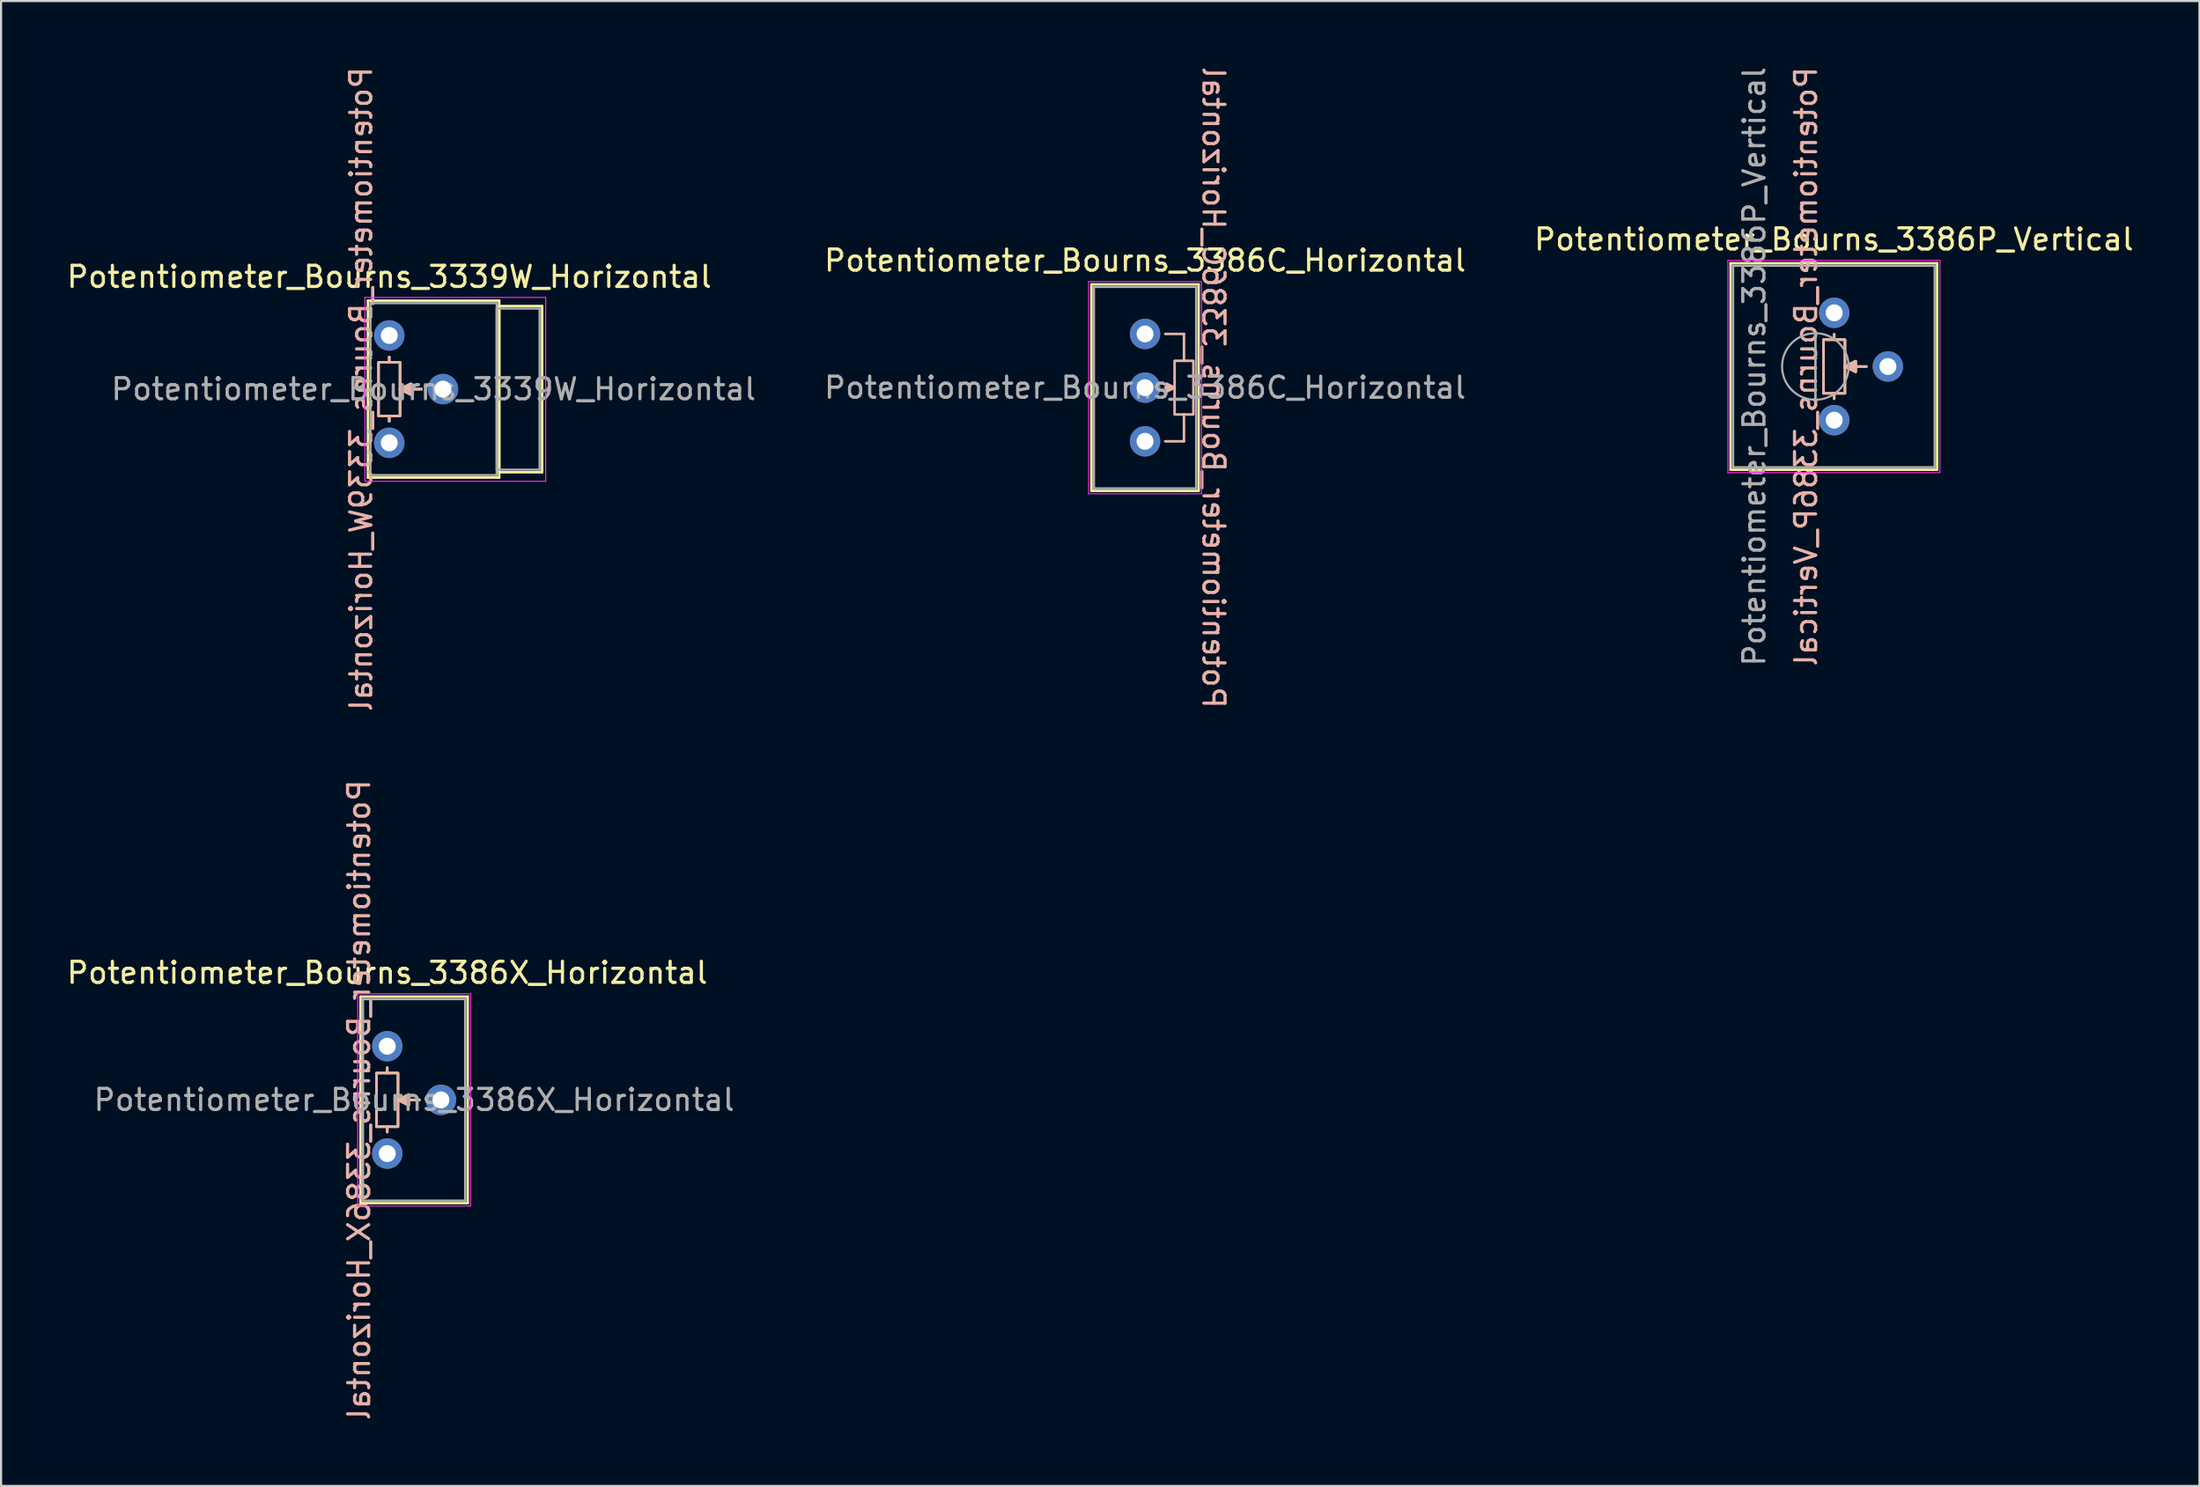
<source format=kicad_pcb>
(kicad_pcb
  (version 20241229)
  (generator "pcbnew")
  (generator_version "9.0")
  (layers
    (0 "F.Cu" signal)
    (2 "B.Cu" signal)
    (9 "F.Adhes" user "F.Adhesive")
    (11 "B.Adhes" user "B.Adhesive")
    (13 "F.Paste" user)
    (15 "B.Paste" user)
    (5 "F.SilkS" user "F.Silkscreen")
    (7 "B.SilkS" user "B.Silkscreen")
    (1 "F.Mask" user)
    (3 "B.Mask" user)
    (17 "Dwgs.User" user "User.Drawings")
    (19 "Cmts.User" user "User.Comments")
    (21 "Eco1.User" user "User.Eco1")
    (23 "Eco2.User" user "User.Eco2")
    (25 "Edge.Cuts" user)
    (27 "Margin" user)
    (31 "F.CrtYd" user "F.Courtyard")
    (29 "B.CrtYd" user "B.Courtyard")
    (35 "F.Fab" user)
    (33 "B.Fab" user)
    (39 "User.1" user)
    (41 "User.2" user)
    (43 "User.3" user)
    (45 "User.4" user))
  (footprint "Potentiometer_Bourns_3386P_Vertical"
    (layer "F.Cu")
    (at 83.711 16.832)
    (property "Reference" "Potentiometer_Bourns_3386P_Vertical" (at -0.015 -8.555 0) (layer "F.SilkS") (effects (font (size 1 1) (thickness 0.15))))
    (attr through_hole)
    (fp_line (start -4.9 -7.425) (end -4.9 2.345) (stroke (width 0.12) (type solid)) (layer "F.SilkS"))
    (fp_line (start -4.9 -7.425) (end 4.87 -7.425) (stroke (width 0.12) (type solid)) (layer "F.SilkS"))
    (fp_line (start -4.9 2.345) (end 4.87 2.345) (stroke (width 0.12) (type solid)) (layer "F.SilkS"))
    (fp_line (start 0 -3.81) (end 0 -4.064) (stroke (width 0.12) (type solid)) (layer "F.SilkS"))
    (fp_line (start 0 -1.27) (end 0 -1.016) (stroke (width 0.12) (type solid)) (layer "F.SilkS"))
    (fp_line (start 1.524 -2.54) (end 0.508 -2.54) (stroke (width 0.12) (type solid)) (layer "F.SilkS"))
    (fp_line (start 4.87 -7.425) (end 4.87 2.345) (stroke (width 0.12) (type solid)) (layer "F.SilkS"))
    (fp_rect (start 0.508 -1.27) (end -0.508 -3.81) (stroke (width 0.12) (type solid)) (fill no) (layer "F.SilkS"))
    (fp_poly (pts (xy 0.508 -2.54) (xy 1.016 -2.794) (xy 1.016 -2.286)) (stroke (width 0.12) (type solid)) (fill yes) (layer "F.SilkS"))
    (fp_line (start 0 -3.81) (end 0 -4.064) (stroke (width 0.12) (type solid)) (layer "B.SilkS"))
    (fp_line (start 0 -1.016) (end 0 -1.27) (stroke (width 0.12) (type solid)) (layer "B.SilkS"))
    (fp_line (start 1.524 -2.54) (end 0.508 -2.54) (stroke (width 0.12) (type solid)) (layer "B.SilkS"))
    (fp_rect (start -0.508 -1.27) (end 0.508 -3.81) (stroke (width 0.12) (type solid)) (fill no) (layer "B.SilkS"))
    (fp_poly (pts (xy 1.016 -2.794) (xy 1.016 -2.286) (xy 0.508 -2.54)) (stroke (width 0.12) (type solid)) (fill yes) (layer "B.SilkS"))
    (fp_line (start -5.03 -7.56) (end -5.03 2.48) (stroke (width 0.05) (type solid)) (layer "F.CrtYd"))
    (fp_line (start -5.03 2.48) (end 5 2.48) (stroke (width 0.05) (type solid)) (layer "F.CrtYd"))
    (fp_line (start 5 -7.56) (end -5.03 -7.56) (stroke (width 0.05) (type solid)) (layer "F.CrtYd"))
    (fp_line (start 5 2.48) (end 5 -7.56) (stroke (width 0.05) (type solid)) (layer "F.CrtYd"))
    (fp_line (start -4.78 -7.305) (end -4.78 2.225) (stroke (width 0.1) (type solid)) (layer "F.Fab"))
    (fp_line (start -4.78 2.225) (end 4.75 2.225) (stroke (width 0.1) (type solid)) (layer "F.Fab"))
    (fp_line (start -0.891 -0.98) (end -0.89 -4.099) (stroke (width 0.1) (type solid)) (layer "F.Fab"))
    (fp_line (start -0.891 -0.98) (end -0.89 -4.099) (stroke (width 0.1) (type solid)) (layer "F.Fab"))
    (fp_line (start 4.75 -7.305) (end -4.78 -7.305) (stroke (width 0.1) (type solid)) (layer "F.Fab"))
    (fp_line (start 4.75 2.225) (end 4.75 -7.305) (stroke (width 0.1) (type solid)) (layer "F.Fab"))
    (fp_circle (center -0.891 -2.54) (end 0.684 -2.54) (stroke (width 0.1) (type solid)) (fill no) (layer "F.Fab"))
    (fp_text user "${REFERENCE}" (at -1.333 -2.54 90) (unlocked yes) (layer "B.SilkS") (effects (font (size 1 1) (thickness 0.15)) (justify mirror)))
    (fp_text user "${REFERENCE}" (at -3.78 -2.54 90) (layer "F.Fab") (effects (font (size 1 1) (thickness 0.15))))
    (pad "1" thru_hole circle (at 0 0) (size 1.44 1.44) (drill 0.8) (layers "*.Cu" "*.Mask"))
    (pad "2" thru_hole circle (at 2.54 -2.54) (size 1.44 1.44) (drill 0.8) (layers "*.Cu" "*.Mask"))
    (pad "3" thru_hole circle (at 0 -5.08) (size 1.44 1.44) (drill 0.8) (layers "*.Cu" "*.Mask")))
  (footprint "Potentiometer_Bourns_3386X_Horizontal"
    (layer "F.Cu")
    (at 15.268 46.454)
    (property "Reference" "Potentiometer_Bourns_3386X_Horizontal" (at 0 -3.475 0) (layer "F.SilkS") (effects (font (size 1 1) (thickness 0.15))))
    (attr through_hole)
    (fp_line (start -1.265 -2.345) (end -1.265 7.425) (stroke (width 0.12) (type solid)) (layer "F.SilkS"))
    (fp_line (start -1.265 -2.345) (end 3.805 -2.345) (stroke (width 0.12) (type solid)) (layer "F.SilkS"))
    (fp_line (start -1.265 7.425) (end 3.805 7.425) (stroke (width 0.12) (type solid)) (layer "F.SilkS"))
    (fp_line (start 0 1.27) (end 0 1.016) (stroke (width 0.12) (type solid)) (layer "F.SilkS"))
    (fp_line (start 0 3.81) (end 0 4.064) (stroke (width 0.12) (type solid)) (layer "F.SilkS"))
    (fp_line (start 1.524 2.54) (end 0.508 2.54) (stroke (width 0.12) (type solid)) (layer "F.SilkS"))
    (fp_line (start 3.805 -2.345) (end 3.805 7.425) (stroke (width 0.12) (type solid)) (layer "F.SilkS"))
    (fp_rect (start 0.508 3.81) (end -0.508 1.27) (stroke (width 0.12) (type solid)) (fill no) (layer "F.SilkS"))
    (fp_poly (pts (xy 0.508 2.54) (xy 1.016 2.286) (xy 1.016 2.794)) (stroke (width 0.12) (type solid)) (fill yes) (layer "F.SilkS"))
    (fp_line (start 0 1.27) (end 0 1.016) (stroke (width 0.12) (type solid)) (layer "B.SilkS"))
    (fp_line (start 0 4.064) (end 0 3.81) (stroke (width 0.12) (type solid)) (layer "B.SilkS"))
    (fp_line (start 1.524 2.54) (end 0.508 2.54) (stroke (width 0.12) (type solid)) (layer "B.SilkS"))
    (fp_rect (start -0.508 3.81) (end 0.508 1.27) (stroke (width 0.12) (type solid)) (fill no) (layer "B.SilkS"))
    (fp_poly (pts (xy 1.016 2.286) (xy 1.016 2.794) (xy 0.508 2.54)) (stroke (width 0.12) (type solid)) (fill yes) (layer "B.SilkS"))
    (fp_line (start -1.4 -2.48) (end -1.4 7.56) (stroke (width 0.05) (type solid)) (layer "F.CrtYd"))
    (fp_line (start -1.4 7.56) (end 3.94 7.56) (stroke (width 0.05) (type solid)) (layer "F.CrtYd"))
    (fp_line (start 3.94 -2.48) (end -1.4 -2.48) (stroke (width 0.05) (type solid)) (layer "F.CrtYd"))
    (fp_line (start 3.94 7.56) (end 3.94 -2.48) (stroke (width 0.05) (type solid)) (layer "F.CrtYd"))
    (fp_line (start -1.145 -2.225) (end 3.685 -2.225) (stroke (width 0.1) (type solid)) (layer "F.Fab"))
    (fp_line (start -1.145 7.305) (end -1.145 -2.225) (stroke (width 0.1) (type solid)) (layer "F.Fab"))
    (fp_line (start 3.685 -2.225) (end 3.685 7.305) (stroke (width 0.1) (type solid)) (layer "F.Fab"))
    (fp_line (start 3.685 7.305) (end -1.145 7.305) (stroke (width 0.1) (type solid)) (layer "F.Fab"))
    (fp_text user "${REFERENCE}" (at -1.333 2.54 90) (unlocked yes) (layer "B.SilkS") (effects (font (size 1 1) (thickness 0.15)) (justify mirror)))
    (fp_text user "${REFERENCE}" (at 1.27 2.54 0) (layer "F.Fab") (effects (font (size 1 1) (thickness 0.15))))
    (pad "1" thru_hole circle (at 0 0) (size 1.44 1.44) (drill 0.8) (layers "*.Cu" "*.Mask"))
    (pad "2" thru_hole circle (at 2.54 2.54) (size 1.44 1.44) (drill 0.8) (layers "*.Cu" "*.Mask"))
    (pad "3" thru_hole circle (at 0 5.08) (size 1.44 1.44) (drill 0.8) (layers "*.Cu" "*.Mask")))
  (footprint "Potentiometer_Bourns_3386C_Horizontal"
    (layer "F.Cu")
    (at 51.113 12.752)
    (property "Reference" "Potentiometer_Bourns_3386C_Horizontal" (at 0 -3.475 0) (layer "F.SilkS") (effects (font (size 1 1) (thickness 0.15))))
    (attr through_hole)
    (fp_line (start -2.535 -2.345) (end -2.535 7.425) (stroke (width 0.12) (type solid)) (layer "F.SilkS"))
    (fp_line (start -2.535 -2.345) (end 2.535 -2.345) (stroke (width 0.12) (type solid)) (layer "F.SilkS"))
    (fp_line (start -2.535 7.425) (end 2.535 7.425) (stroke (width 0.12) (type solid)) (layer "F.SilkS"))
    (fp_line (start 2.535 -2.345) (end 2.535 7.425) (stroke (width 0.12) (type solid)) (layer "F.SilkS"))
    (fp_line (start 0.953 0) (end 1.841 0) (stroke (width 0.12) (type solid)) (layer "B.SilkS"))
    (fp_line (start 0.953 5.08) (end 1.841 5.08) (stroke (width 0.12) (type solid)) (layer "B.SilkS"))
    (fp_line (start 1.397 2.54) (end 0.953 2.54) (stroke (width 0.12) (type solid)) (layer "B.SilkS"))
    (fp_line (start 1.841 0) (end 1.841 1.27) (stroke (width 0.12) (type solid)) (layer "B.SilkS"))
    (fp_line (start 1.841 5.08) (end 1.841 3.81) (stroke (width 0.12) (type solid)) (layer "B.SilkS"))
    (fp_rect (start 1.397 1.27) (end 2.286 3.81) (stroke (width 0.12) (type solid)) (fill no) (layer "B.SilkS"))
    (fp_poly (pts (xy 1.397 2.54) (xy 1.016 2.731) (xy 1.016 2.349)) (stroke (width 0.12) (type solid)) (fill yes) (layer "B.SilkS"))
    (fp_line (start -2.67 -2.48) (end -2.67 7.56) (stroke (width 0.05) (type solid)) (layer "F.CrtYd"))
    (fp_line (start -2.67 7.56) (end 2.67 7.56) (stroke (width 0.05) (type solid)) (layer "F.CrtYd"))
    (fp_line (start 2.67 -2.48) (end -2.67 -2.48) (stroke (width 0.05) (type solid)) (layer "F.CrtYd"))
    (fp_line (start 2.67 7.56) (end 2.67 -2.48) (stroke (width 0.05) (type solid)) (layer "F.CrtYd"))
    (fp_line (start -2.415 -2.225) (end 2.415 -2.225) (stroke (width 0.1) (type solid)) (layer "F.Fab"))
    (fp_line (start -2.415 7.305) (end -2.415 -2.225) (stroke (width 0.1) (type solid)) (layer "F.Fab"))
    (fp_line (start 2.415 -2.225) (end 2.415 7.305) (stroke (width 0.1) (type solid)) (layer "F.Fab"))
    (fp_line (start 2.415 7.305) (end -2.415 7.305) (stroke (width 0.1) (type solid)) (layer "F.Fab"))
    (fp_text user "${REFERENCE}" (at 3.239 2.54 270) (unlocked yes) (layer "B.SilkS") (effects (font (size 1 1) (thickness 0.15)) (justify mirror)))
    (fp_text user "${REFERENCE}" (at 0 2.54 0) (layer "F.Fab") (effects (font (size 1 1) (thickness 0.15))))
    (pad "1" thru_hole circle (at 0 0) (size 1.44 1.44) (drill 0.8) (layers "*.Cu" "*.Mask"))
    (pad "2" thru_hole circle (at 0 2.54) (size 1.44 1.44) (drill 0.8) (layers "*.Cu" "*.Mask"))
    (pad "3" thru_hole circle (at 0 5.08) (size 1.44 1.44) (drill 0.8) (layers "*.Cu" "*.Mask")))
  (footprint "Potentiometer_Bourns_3339W_Horizontal"
    (layer "F.Cu")
    (at 15.363 12.823)
    (property "Reference" "Potentiometer_Bourns_3339W_Horizontal" (at 0 -2.775 0) (layer "F.SilkS") (effects (font (size 1 1) (thickness 0.15))))
    (attr through_hole)
    (fp_line (start -1.01 -1.646) (end -1.01 6.725) (stroke (width 0.12) (type solid)) (layer "F.SilkS"))
    (fp_line (start -1.01 -1.646) (end 5.2 -1.646) (stroke (width 0.12) (type solid)) (layer "F.SilkS"))
    (fp_line (start -1.01 6.725) (end 5.2 6.725) (stroke (width 0.12) (type solid)) (layer "F.SilkS"))
    (fp_line (start 0 1.27) (end 0 1.016) (stroke (width 0.12) (type solid)) (layer "F.SilkS"))
    (fp_line (start 0 3.81) (end 0 4.064) (stroke (width 0.12) (type solid)) (layer "F.SilkS"))
    (fp_line (start 1.524 2.54) (end 0.508 2.54) (stroke (width 0.12) (type solid)) (layer "F.SilkS"))
    (fp_line (start 5.2 -1.646) (end 5.2 6.725) (stroke (width 0.12) (type solid)) (layer "F.SilkS"))
    (fp_line (start 5.2 -1.39) (end 5.2 6.471) (stroke (width 0.12) (type solid)) (layer "F.SilkS"))
    (fp_line (start 5.2 -1.39) (end 7.23 -1.39) (stroke (width 0.12) (type solid)) (layer "F.SilkS"))
    (fp_line (start 5.2 6.471) (end 7.23 6.471) (stroke (width 0.12) (type solid)) (layer "F.SilkS"))
    (fp_line (start 7.23 -1.39) (end 7.23 6.471) (stroke (width 0.12) (type solid)) (layer "F.SilkS"))
    (fp_rect (start 0.508 3.81) (end -0.508 1.27) (stroke (width 0.12) (type solid)) (fill no) (layer "F.SilkS"))
    (fp_poly (pts (xy 0.508 2.54) (xy 1.016 2.286) (xy 1.016 2.794)) (stroke (width 0.12) (type solid)) (fill yes) (layer "F.SilkS"))
    (fp_line (start 0 1.27) (end 0 1.016) (stroke (width 0.12) (type solid)) (layer "B.SilkS"))
    (fp_line (start 0 4.064) (end 0 3.81) (stroke (width 0.12) (type solid)) (layer "B.SilkS"))
    (fp_line (start 1.524 2.54) (end 0.508 2.54) (stroke (width 0.12) (type solid)) (layer "B.SilkS"))
    (fp_rect (start -0.508 3.81) (end 0.508 1.27) (stroke (width 0.12) (type solid)) (fill no) (layer "B.SilkS"))
    (fp_poly (pts (xy 1.016 2.286) (xy 1.016 2.794) (xy 0.508 2.54)) (stroke (width 0.12) (type solid)) (fill yes) (layer "B.SilkS"))
    (fp_line (start -1.15 -1.8) (end -1.15 6.9) (stroke (width 0.05) (type solid)) (layer "F.CrtYd"))
    (fp_line (start -1.15 6.9) (end 7.4 6.9) (stroke (width 0.05) (type solid)) (layer "F.CrtYd"))
    (fp_line (start 7.4 -1.8) (end -1.15 -1.8) (stroke (width 0.05) (type solid)) (layer "F.CrtYd"))
    (fp_line (start 7.4 6.9) (end 7.4 -1.8) (stroke (width 0.05) (type solid)) (layer "F.CrtYd"))
    (fp_line (start -0.89 -1.525) (end -0.89 6.605) (stroke (width 0.1) (type solid)) (layer "F.Fab"))
    (fp_line (start -0.89 6.605) (end 5.08 6.605) (stroke (width 0.1) (type solid)) (layer "F.Fab"))
    (fp_line (start 5.08 -1.525) (end -0.89 -1.525) (stroke (width 0.1) (type solid)) (layer "F.Fab"))
    (fp_line (start 5.08 -1.27) (end 5.08 6.35) (stroke (width 0.1) (type solid)) (layer "F.Fab"))
    (fp_line (start 5.08 6.35) (end 7.11 6.35) (stroke (width 0.1) (type solid)) (layer "F.Fab"))
    (fp_line (start 5.08 6.605) (end 5.08 -1.525) (stroke (width 0.1) (type solid)) (layer "F.Fab"))
    (fp_line (start 7.11 -1.27) (end 5.08 -1.27) (stroke (width 0.1) (type solid)) (layer "F.Fab"))
    (fp_line (start 7.11 6.35) (end 7.11 -1.27) (stroke (width 0.1) (type solid)) (layer "F.Fab"))
    (fp_text user "${REFERENCE}" (at -1.333 2.54 90) (unlocked yes) (layer "B.SilkS") (effects (font (size 1 1) (thickness 0.15)) (justify mirror)))
    (fp_text user "${REFERENCE}" (at 2.095 2.54 0) (layer "F.Fab") (effects (font (size 1 1) (thickness 0.15))))
    (pad "1" thru_hole circle (at 0 0) (size 1.44 1.44) (drill 0.8) (layers "*.Cu" "*.Mask"))
    (pad "2" thru_hole circle (at 2.54 2.54) (size 1.44 1.44) (drill 0.8) (layers "*.Cu" "*.Mask"))
    (pad "3" thru_hole circle (at 0 5.08) (size 1.44 1.44) (drill 0.8) (layers "*.Cu" "*.Mask")))
  (gr_rect
    (start -3 -3)
    (end 100.988 67.262)
    (stroke (width 0.1) (type default))
    (fill no)
    (layer "Edge.Cuts")))
</source>
